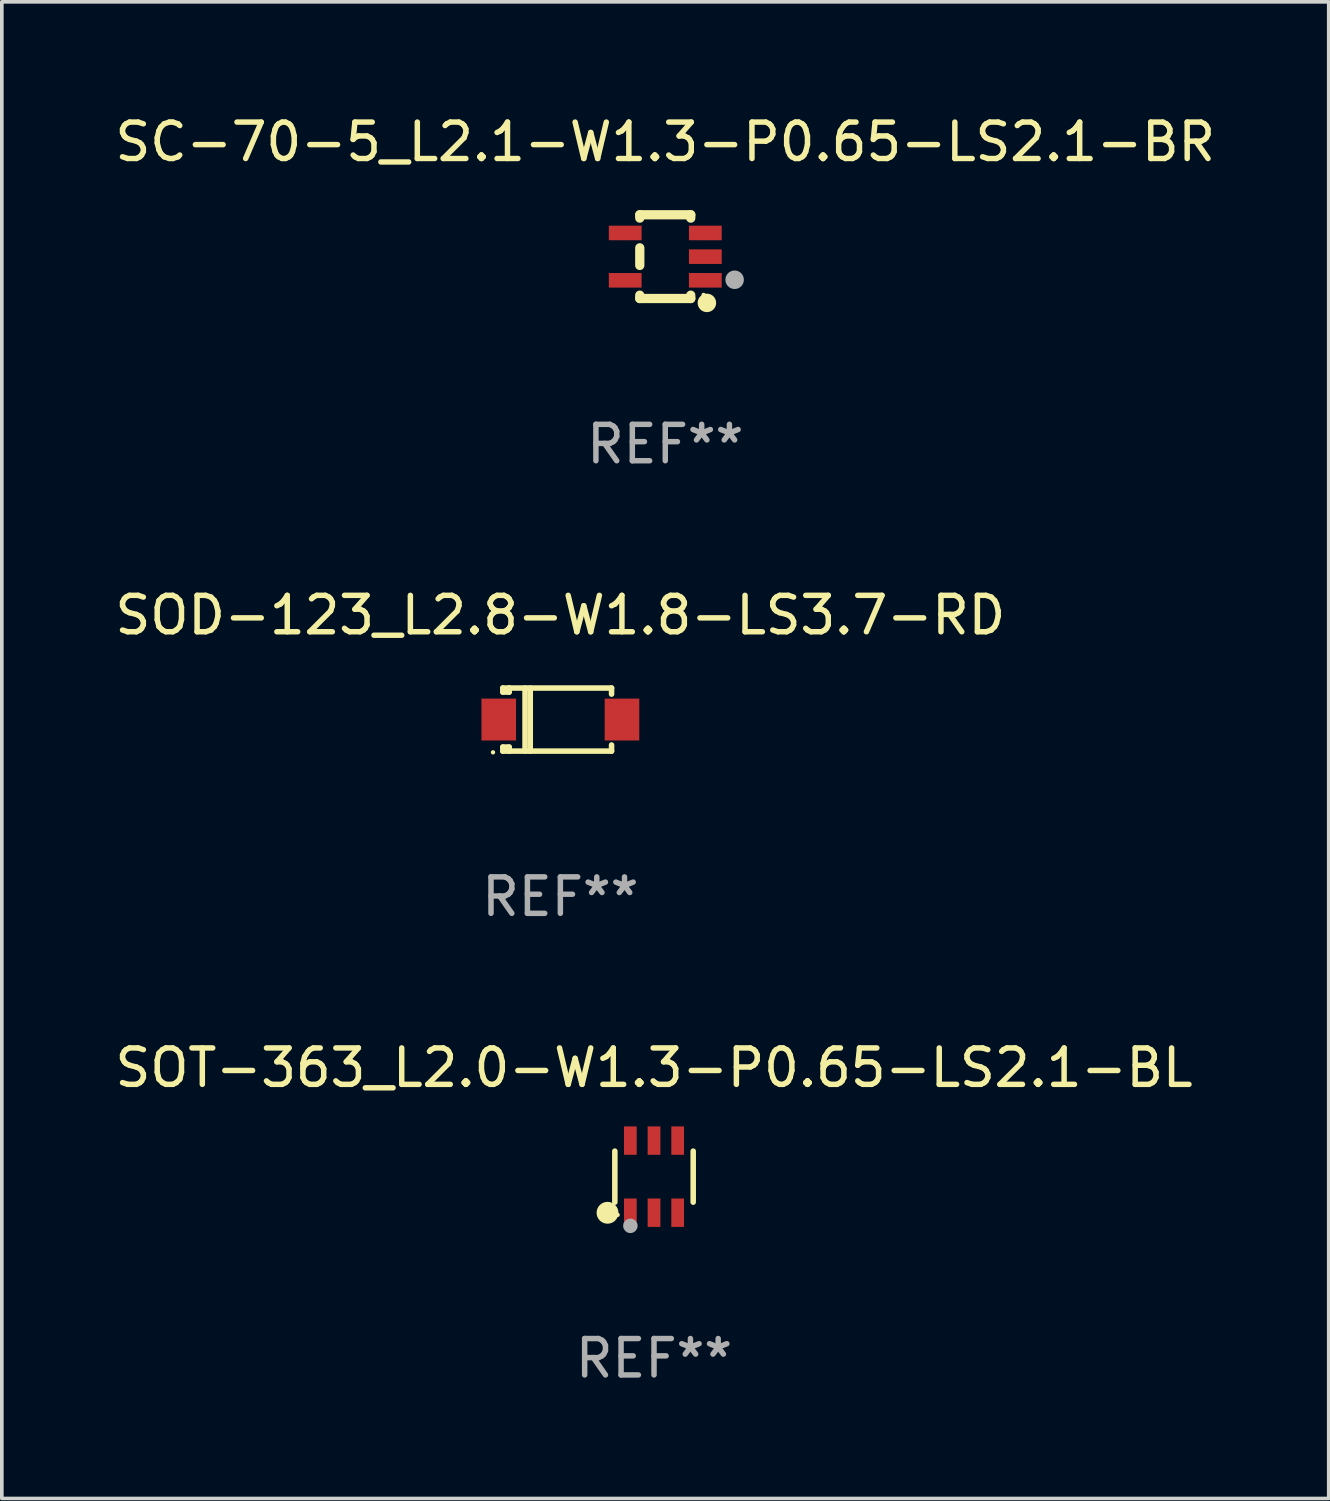
<source format=kicad_pcb>
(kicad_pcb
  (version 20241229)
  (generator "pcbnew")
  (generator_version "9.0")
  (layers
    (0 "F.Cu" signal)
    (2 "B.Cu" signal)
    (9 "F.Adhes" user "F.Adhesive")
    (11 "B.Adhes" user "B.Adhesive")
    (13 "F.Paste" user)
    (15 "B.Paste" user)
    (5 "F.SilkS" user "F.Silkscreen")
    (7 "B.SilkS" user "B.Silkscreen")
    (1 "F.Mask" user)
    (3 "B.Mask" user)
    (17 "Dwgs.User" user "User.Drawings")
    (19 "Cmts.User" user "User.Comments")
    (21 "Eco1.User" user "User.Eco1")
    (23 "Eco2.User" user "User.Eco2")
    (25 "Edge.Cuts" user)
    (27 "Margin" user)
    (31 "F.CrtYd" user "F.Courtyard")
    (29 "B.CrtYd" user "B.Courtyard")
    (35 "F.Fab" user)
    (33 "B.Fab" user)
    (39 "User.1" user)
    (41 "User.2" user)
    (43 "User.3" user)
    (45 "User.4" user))
  (footprint "SOT-363_L2.0-W1.3-P0.65-LS2.1-BL"
    (layer "F.Cu")
    (at 14.911 29.264)
    (property "Reference" "SOT-363_L2.0-W1.3-P0.65-LS2.1-BL" (at 0 -2.99 0) (layer "F.SilkS") (effects (font (size 1 1) (thickness 0.15))))
    (attr through_hole)
    (fp_line (start -1.076 0.701) (end -1.076 -0.701) (stroke (width 0.152) (type solid)) (layer "F.SilkS"))
    (fp_line (start 1.076 0.701) (end 1.076 -0.701) (stroke (width 0.152) (type solid)) (layer "F.SilkS"))
    (fp_circle (center -1.277 0.992) (end -1.127 0.992) (stroke (width 0.3) (type solid)) (fill no) (layer "F.SilkS"))
    (fp_circle (center -1 1.05) (end -0.97 1.05) (stroke (width 0.06) (type solid)) (fill no) (layer "F.SilkS"))
    (fp_circle (center -0.65 1.35) (end -0.55 1.35) (stroke (width 0.2) (type solid)) (fill no) (layer "F.Fab"))
    (fp_text user "REF**" (at 0 4.99 0) (layer "F.Fab") (effects (font (size 1 1) (thickness 0.15))))
    (pad "1" smd rect (at -0.65 0.99) (size 0.35 0.78) (layers "F.Cu" "F.Mask" "F.Paste"))
    (pad "2" smd rect (at 0 0.99) (size 0.35 0.78) (layers "F.Cu" "F.Mask" "F.Paste"))
    (pad "3" smd rect (at 0.65 0.99) (size 0.35 0.78) (layers "F.Cu" "F.Mask" "F.Paste"))
    (pad "4" smd rect (at 0.65 -0.99) (size 0.35 0.78) (layers "F.Cu" "F.Mask" "F.Paste"))
    (pad "5" smd rect (at 0 -0.99) (size 0.35 0.78) (layers "F.Cu" "F.Mask" "F.Paste"))
    (pad "6" smd rect (at -0.65 -0.99) (size 0.35 0.78) (layers "F.Cu" "F.Mask" "F.Paste")))
  (footprint "SC-70-5_L2.1-W1.3-P0.65-LS2.1-BR"
    (layer "F.Cu")
    (at 15.22 3.998)
    (property "Reference" "SC-70-5_L2.1-W1.3-P0.65-LS2.1-BR" (at 0 -3.15 0) (layer "F.SilkS") (effects (font (size 1 1) (thickness 0.15))))
    (attr through_hole)
    (fp_line (start -0.7 -1.15) (end 0.7 -1.15) (stroke (width 0.254) (type solid)) (layer "F.SilkS"))
    (fp_line (start -0.7 -1.058) (end -0.7 -1.15) (stroke (width 0.254) (type solid)) (layer "F.SilkS"))
    (fp_line (start -0.7 0.242) (end -0.7 -0.242) (stroke (width 0.254) (type solid)) (layer "F.SilkS"))
    (fp_line (start -0.7 1.15) (end -0.7 1.058) (stroke (width 0.254) (type solid)) (layer "F.SilkS"))
    (fp_line (start -0.7 1.15) (end 0.7 1.15) (stroke (width 0.254) (type solid)) (layer "F.SilkS"))
    (fp_line (start 0.7 -1.058) (end 0.7 -1.15) (stroke (width 0.254) (type solid)) (layer "F.SilkS"))
    (fp_line (start 0.7 1.15) (end 0.7 1.058) (stroke (width 0.254) (type solid)) (layer "F.SilkS"))
    (fp_circle (center 1.053 1.052) (end 1.083 1.052) (stroke (width 0.06) (type solid)) (fill no) (layer "F.SilkS"))
    (fp_circle (center 1.143 1.27) (end 1.27 1.27) (stroke (width 0.254) (type solid)) (fill no) (layer "F.SilkS"))
    (fp_circle (center 1.905 0.635) (end 2.032 0.635) (stroke (width 0.254) (type solid)) (fill no) (layer "F.Fab"))
    (fp_text user "REF**" (at 0 5.15 0) (layer "F.Fab") (effects (font (size 1 1) (thickness 0.15))))
    (pad "1" smd rect (at 1.1 0.65 90) (size 0.4 0.9) (layers "F.Cu" "F.Mask" "F.Paste"))
    (pad "2" smd rect (at 1.1 0.000051 90) (size 0.4 0.9) (layers "F.Cu" "F.Mask" "F.Paste"))
    (pad "3" smd rect (at 1.1 -0.65 90) (size 0.4 0.9) (layers "F.Cu" "F.Mask" "F.Paste"))
    (pad "4" smd rect (at -1.1 -0.65 90) (size 0.4 0.9) (layers "F.Cu" "F.Mask" "F.Paste"))
    (pad "5" smd rect (at -1.1 0.65 90) (size 0.4 0.9) (layers "F.Cu" "F.Mask" "F.Paste")))
  (footprint "SOD-123_L2.8-W1.8-LS3.7-RD"
    (layer "F.Cu")
    (at 12.339 16.711)
    (property "Reference" "SOD-123_L2.8-W1.8-LS3.7-RD" (at 0 -2.866 0) (layer "F.SilkS") (effects (font (size 1 1) (thickness 0.15))))
    (attr through_hole)
    (fp_line (start -1.58 -0.866) (end -1.406 -0.866) (stroke (width 0.152) (type solid)) (layer "F.SilkS"))
    (fp_line (start -1.58 -0.755) (end -1.58 -0.866) (stroke (width 0.152) (type solid)) (layer "F.SilkS"))
    (fp_line (start -1.58 -0.755) (end -1.406 -0.755) (stroke (width 0.152) (type solid)) (layer "F.SilkS"))
    (fp_line (start -1.58 0.755) (end -1.406 0.755) (stroke (width 0.152) (type solid)) (layer "F.SilkS"))
    (fp_line (start -1.58 0.866) (end -1.58 0.755) (stroke (width 0.152) (type solid)) (layer "F.SilkS"))
    (fp_line (start -1.406 -0.866) (end -1.406 -0.755) (stroke (width 0.152) (type solid)) (layer "F.SilkS"))
    (fp_line (start -1.406 -0.866) (end 1.406 -0.866) (stroke (width 0.152) (type solid)) (layer "F.SilkS"))
    (fp_line (start -1.406 0.755) (end -1.406 0.866) (stroke (width 0.152) (type solid)) (layer "F.SilkS"))
    (fp_line (start -1.406 0.866) (end -1.58 0.866) (stroke (width 0.152) (type solid)) (layer "F.SilkS"))
    (fp_line (start -1.406 0.866) (end 1.406 0.866) (stroke (width 0.152) (type solid)) (layer "F.SilkS"))
    (fp_line (start -0.97 -0.866) (end -0.97 0.866) (stroke (width 0.152) (type solid)) (layer "F.SilkS"))
    (fp_line (start -0.827 -0.866) (end -0.827 0.866) (stroke (width 0.152) (type solid)) (layer "F.SilkS"))
    (fp_line (start 1.406 -0.866) (end 1.406 -0.698) (stroke (width 0.152) (type solid)) (layer "F.SilkS"))
    (fp_line (start 1.406 0.866) (end 1.406 0.698) (stroke (width 0.152) (type solid)) (layer "F.SilkS"))
    (fp_circle (center -1.85 0.9) (end -1.82 0.9) (stroke (width 0.06) (type solid)) (fill no) (layer "F.SilkS"))
    (fp_text user "REF**" (at 0 4.866 0) (layer "F.Fab") (effects (font (size 1 1) (thickness 0.15))))
    (pad "1" smd rect (at -1.692 0) (size 0.95 1.15) (layers "F.Cu" "F.Mask" "F.Paste"))
    (pad "2" smd rect (at 1.692 0) (size 0.95 1.15) (layers "F.Cu" "F.Mask" "F.Paste")))
  (gr_rect
    (start -3 -3)
    (end 33.44 38.102)
    (stroke (width 0.1) (type default))
    (fill no)
    (layer "Edge.Cuts")))
</source>
